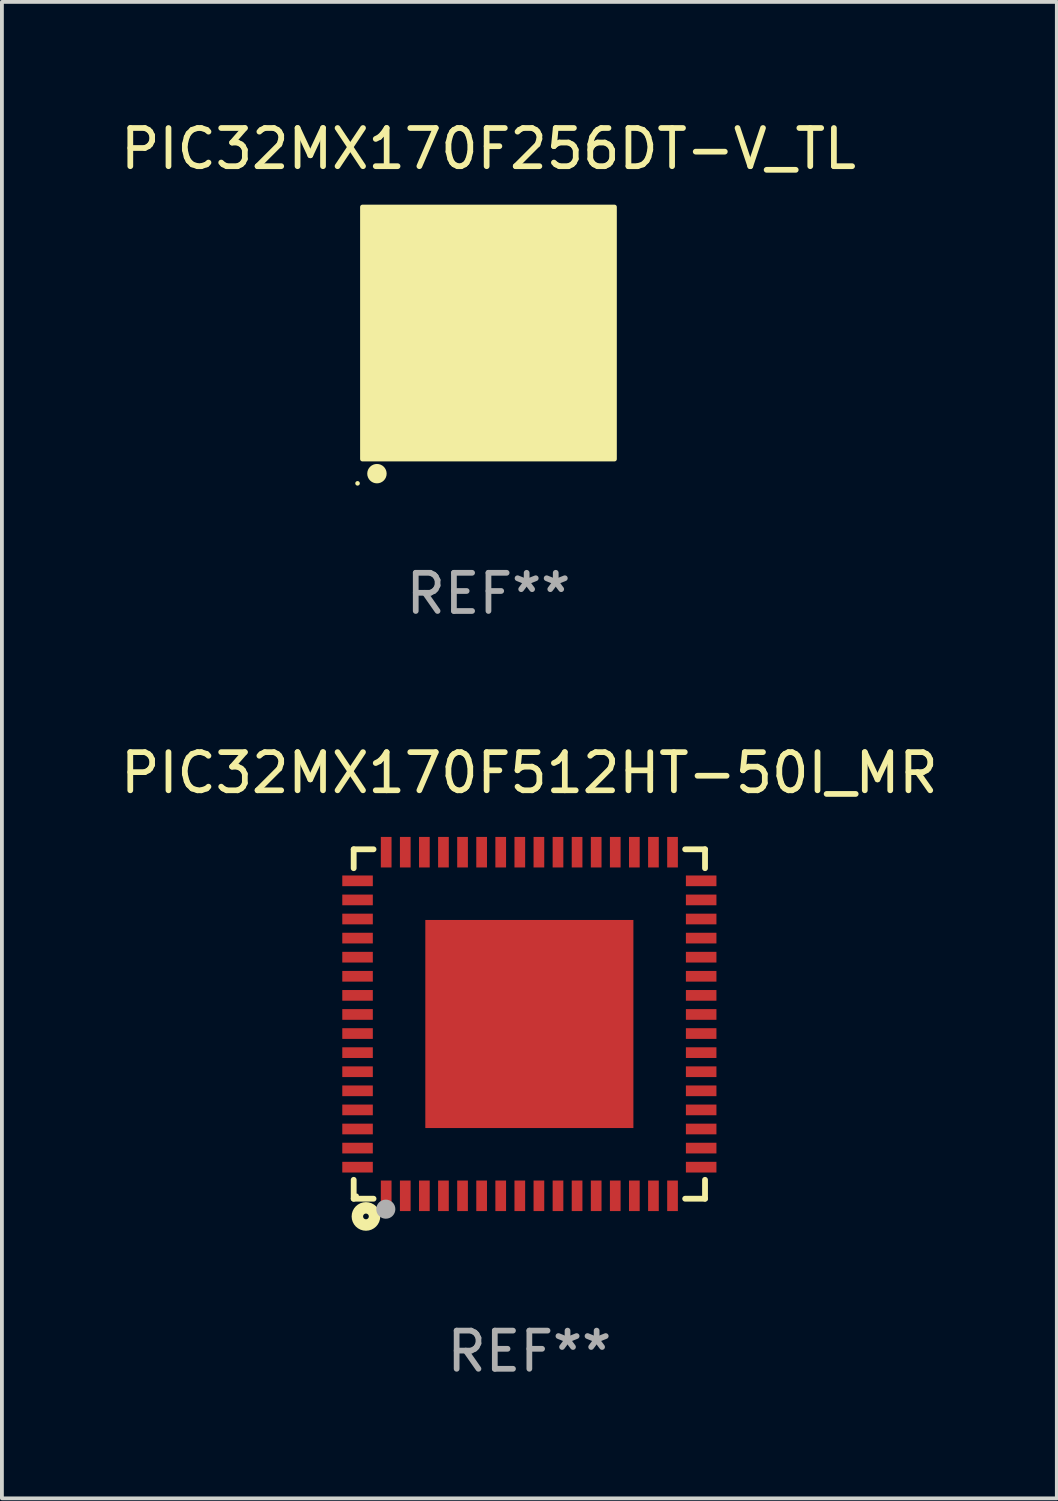
<source format=kicad_pcb>
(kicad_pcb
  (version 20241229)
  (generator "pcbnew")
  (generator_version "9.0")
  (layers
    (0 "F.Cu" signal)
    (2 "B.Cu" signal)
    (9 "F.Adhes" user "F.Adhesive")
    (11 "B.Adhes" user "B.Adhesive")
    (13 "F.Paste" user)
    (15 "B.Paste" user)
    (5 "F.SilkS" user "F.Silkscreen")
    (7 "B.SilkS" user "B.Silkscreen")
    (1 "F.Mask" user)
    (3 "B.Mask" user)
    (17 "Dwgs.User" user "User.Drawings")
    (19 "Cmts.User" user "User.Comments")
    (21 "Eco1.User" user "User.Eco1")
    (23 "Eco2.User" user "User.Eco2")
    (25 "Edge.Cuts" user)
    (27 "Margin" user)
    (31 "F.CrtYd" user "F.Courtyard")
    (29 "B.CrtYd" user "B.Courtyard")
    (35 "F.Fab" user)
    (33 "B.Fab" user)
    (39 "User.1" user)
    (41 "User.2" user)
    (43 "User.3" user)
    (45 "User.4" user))
  (footprint "PIC32MX170F256DT-V_TL"
    (layer "F.Cu")
    (at 9.744 5.673)
    (property "Reference" "PIC32MX170F256DT-V_TL" (at 0 -4.825 0) (layer "F.SilkS") (effects (font (size 1 1) (thickness 0.15))))
    (attr through_hole)
    (fp_circle (center -3.429 3.937) (end -3.399 3.937) (stroke (width 0.06) (type solid)) (fill no) (layer "F.SilkS"))
    (fp_circle (center -2.921 3.683) (end -2.794 3.683) (stroke (width 0.254) (type solid)) (fill no) (layer "F.SilkS"))
    (fp_poly (pts (xy -3.302 -3.302) (xy 3.302 -3.302) (xy 3.302 3.302) (xy -3.302 3.302)) (stroke (width 0.12) (type solid)) (fill yes) (layer "F.SilkS"))
    (fp_text user "REF**" (at 0 6.825 0) (layer "F.Fab") (effects (font (size 1 1) (thickness 0.15))))
    (pad "1" smd rect (at -2.25 2.825) (size 0.3 0.45) (layers "F.Cu" "F.Mask" "F.Paste"))
    (pad "2" smd rect (at -1.75 2.825) (size 0.3 0.45) (layers "F.Cu" "F.Mask" "F.Paste"))
    (pad "3" smd rect (at -1.25 2.825) (size 0.3 0.45) (layers "F.Cu" "F.Mask" "F.Paste"))
    (pad "4" smd rect (at -0.75 2.825) (size 0.3 0.45) (layers "F.Cu" "F.Mask" "F.Paste"))
    (pad "5" smd rect (at -0.25 2.825) (size 0.3 0.45) (layers "F.Cu" "F.Mask" "F.Paste"))
    (pad "6" smd rect (at 0.25 2.825) (size 0.3 0.45) (layers "F.Cu" "F.Mask" "F.Paste"))
    (pad "7" smd rect (at 0.75 2.825) (size 0.3 0.45) (layers "F.Cu" "F.Mask" "F.Paste"))
    (pad "8" smd rect (at 1.25 2.825) (size 0.3 0.45) (layers "F.Cu" "F.Mask" "F.Paste"))
    (pad "9" smd rect (at 1.75 2.825) (size 0.3 0.45) (layers "F.Cu" "F.Mask" "F.Paste"))
    (pad "10" smd rect (at 2.25 2.825) (size 0.3 0.45) (layers "F.Cu" "F.Mask" "F.Paste"))
    (pad "11" smd rect (at 2.825 2.825 90) (size 0.45 0.45) (layers "F.Cu" "F.Mask" "F.Paste"))
    (pad "12" smd rect (at 2.825 2.25 90) (size 0.3 0.45) (layers "F.Cu" "F.Mask" "F.Paste"))
    (pad "13" smd rect (at 2.825 1.75 90) (size 0.3 0.45) (layers "F.Cu" "F.Mask" "F.Paste"))
    (pad "14" smd rect (at 2.825 1.25 90) (size 0.3 0.45) (layers "F.Cu" "F.Mask" "F.Paste"))
    (pad "15" smd rect (at 2.825 0.75 90) (size 0.3 0.45) (layers "F.Cu" "F.Mask" "F.Paste"))
    (pad "16" smd rect (at 2.825 0.25 90) (size 0.3 0.45) (layers "F.Cu" "F.Mask" "F.Paste"))
    (pad "17" smd rect (at 2.825 -0.25 90) (size 0.3 0.45) (layers "F.Cu" "F.Mask" "F.Paste"))
    (pad "18" smd rect (at 2.825 -0.75 90) (size 0.3 0.45) (layers "F.Cu" "F.Mask" "F.Paste"))
    (pad "19" smd rect (at 2.825 -1.25 90) (size 0.3 0.45) (layers "F.Cu" "F.Mask" "F.Paste"))
    (pad "20" smd rect (at 2.825 -1.75 90) (size 0.3 0.45) (layers "F.Cu" "F.Mask" "F.Paste"))
    (pad "21" smd rect (at 2.825 -2.25 90) (size 0.3 0.45) (layers "F.Cu" "F.Mask" "F.Paste"))
    (pad "22" smd rect (at 2.825 -2.825 90) (size 0.45 0.45) (layers "F.Cu" "F.Mask" "F.Paste"))
    (pad "23" smd rect (at 2.25 -2.825) (size 0.3 0.45) (layers "F.Cu" "F.Mask" "F.Paste"))
    (pad "24" smd rect (at 1.75 -2.825) (size 0.3 0.45) (layers "F.Cu" "F.Mask" "F.Paste"))
    (pad "25" smd rect (at 1.25 -2.825) (size 0.3 0.45) (layers "F.Cu" "F.Mask" "F.Paste"))
    (pad "26" smd rect (at 0.75 -2.825) (size 0.3 0.45) (layers "F.Cu" "F.Mask" "F.Paste"))
    (pad "27" smd rect (at 0.25 -2.825) (size 0.3 0.45) (layers "F.Cu" "F.Mask" "F.Paste"))
    (pad "28" smd rect (at -0.25 -2.825) (size 0.3 0.45) (layers "F.Cu" "F.Mask" "F.Paste"))
    (pad "29" smd rect (at -0.75 -2.825) (size 0.3 0.45) (layers "F.Cu" "F.Mask" "F.Paste"))
    (pad "30" smd rect (at -1.25 -2.825) (size 0.3 0.45) (layers "F.Cu" "F.Mask" "F.Paste"))
    (pad "31" smd rect (at -1.75 -2.825) (size 0.3 0.45) (layers "F.Cu" "F.Mask" "F.Paste"))
    (pad "32" smd rect (at -2.25 -2.825) (size 0.3 0.45) (layers "F.Cu" "F.Mask" "F.Paste"))
    (pad "33" smd rect (at -2.825 -2.825 90) (size 0.45 0.45) (layers "F.Cu" "F.Mask" "F.Paste"))
    (pad "34" smd rect (at -2.825 -2.25 90) (size 0.3 0.45) (layers "F.Cu" "F.Mask" "F.Paste"))
    (pad "35" smd rect (at -2.825 -1.75 90) (size 0.3 0.45) (layers "F.Cu" "F.Mask" "F.Paste"))
    (pad "36" smd rect (at -2.825 -1.25 90) (size 0.3 0.45) (layers "F.Cu" "F.Mask" "F.Paste"))
    (pad "37" smd rect (at -2.825 -0.75 90) (size 0.3 0.45) (layers "F.Cu" "F.Mask" "F.Paste"))
    (pad "38" smd rect (at -2.825 -0.25 90) (size 0.3 0.45) (layers "F.Cu" "F.Mask" "F.Paste"))
    (pad "39" smd rect (at -2.825 0.25 90) (size 0.3 0.45) (layers "F.Cu" "F.Mask" "F.Paste"))
    (pad "40" smd rect (at -2.825 0.75 90) (size 0.3 0.45) (layers "F.Cu" "F.Mask" "F.Paste"))
    (pad "41" smd rect (at -2.825 1.25 90) (size 0.3 0.45) (layers "F.Cu" "F.Mask" "F.Paste"))
    (pad "42" smd rect (at -2.825 1.75 90) (size 0.3 0.45) (layers "F.Cu" "F.Mask" "F.Paste"))
    (pad "43" smd rect (at -2.825 2.25 90) (size 0.3 0.45) (layers "F.Cu" "F.Mask" "F.Paste"))
    (pad "44" smd rect (at -2.825 2.825 90) (size 0.45 0.45) (layers "F.Cu" "F.Mask" "F.Paste"))
    (pad "45" smd rect (at 0 0 90) (size 4.6 4.6) (layers "F.Cu" "F.Mask" "F.Paste")))
  (footprint "PIC32MX170F512HT-50I_MR"
    (layer "F.Cu")
    (at 10.815 23.771)
    (property "Reference" "PIC32MX170F512HT-50I_MR" (at 0 -6.576 0) (layer "F.SilkS") (effects (font (size 1 1) (thickness 0.15))))
    (attr through_hole)
    (fp_line (start -4.601 -4.576) (end -4.081 -4.576) (stroke (width 0.152) (type solid)) (layer "F.SilkS"))
    (fp_line (start -4.601 -4.081) (end -4.601 -4.576) (stroke (width 0.152) (type solid)) (layer "F.SilkS"))
    (fp_line (start -4.601 4.081) (end -4.601 4.576) (stroke (width 0.152) (type solid)) (layer "F.SilkS"))
    (fp_line (start -4.601 4.576) (end -4.081 4.576) (stroke (width 0.152) (type solid)) (layer "F.SilkS"))
    (fp_line (start 4.601 -4.576) (end 4.081 -4.576) (stroke (width 0.152) (type solid)) (layer "F.SilkS"))
    (fp_line (start 4.601 -4.081) (end 4.601 -4.576) (stroke (width 0.152) (type solid)) (layer "F.SilkS"))
    (fp_line (start 4.601 4.081) (end 4.601 4.576) (stroke (width 0.152) (type solid)) (layer "F.SilkS"))
    (fp_line (start 4.601 4.576) (end 4.081 4.576) (stroke (width 0.152) (type solid)) (layer "F.SilkS"))
    (fp_circle (center -4.525 4.5) (end -4.495 4.5) (stroke (width 0.06) (type solid)) (fill no) (layer "F.SilkS"))
    (fp_circle (center -4.28 5.04) (end -4.205 5.04) (stroke (width 0.3) (type solid)) (fill no) (layer "F.SilkS"))
    (fp_circle (center -3.76 4.85) (end -3.635 4.85) (stroke (width 0.25) (type solid)) (fill no) (layer "F.Fab"))
    (fp_text user "REF**" (at 0 8.576 0) (layer "F.Fab") (effects (font (size 1 1) (thickness 0.15))))
    (pad "1" smd rect (at -3.75 4.5) (size 0.28 0.8) (layers "F.Cu" "F.Mask" "F.Paste"))
    (pad "2" smd rect (at -3.25 4.5) (size 0.28 0.8) (layers "F.Cu" "F.Mask" "F.Paste"))
    (pad "3" smd rect (at -2.75 4.5) (size 0.28 0.8) (layers "F.Cu" "F.Mask" "F.Paste"))
    (pad "4" smd rect (at -2.25 4.5) (size 0.28 0.8) (layers "F.Cu" "F.Mask" "F.Paste"))
    (pad "5" smd rect (at -1.75 4.5) (size 0.28 0.8) (layers "F.Cu" "F.Mask" "F.Paste"))
    (pad "6" smd rect (at -1.25 4.5) (size 0.28 0.8) (layers "F.Cu" "F.Mask" "F.Paste"))
    (pad "7" smd rect (at -0.75 4.5) (size 0.28 0.8) (layers "F.Cu" "F.Mask" "F.Paste"))
    (pad "8" smd rect (at -0.25 4.5) (size 0.28 0.8) (layers "F.Cu" "F.Mask" "F.Paste"))
    (pad "9" smd rect (at 0.25 4.5) (size 0.28 0.8) (layers "F.Cu" "F.Mask" "F.Paste"))
    (pad "10" smd rect (at 0.75 4.5) (size 0.28 0.8) (layers "F.Cu" "F.Mask" "F.Paste"))
    (pad "11" smd rect (at 1.25 4.5) (size 0.28 0.8) (layers "F.Cu" "F.Mask" "F.Paste"))
    (pad "12" smd rect (at 1.75 4.5) (size 0.28 0.8) (layers "F.Cu" "F.Mask" "F.Paste"))
    (pad "13" smd rect (at 2.25 4.5) (size 0.28 0.8) (layers "F.Cu" "F.Mask" "F.Paste"))
    (pad "14" smd rect (at 2.75 4.5) (size 0.28 0.8) (layers "F.Cu" "F.Mask" "F.Paste"))
    (pad "15" smd rect (at 3.25 4.5) (size 0.28 0.8) (layers "F.Cu" "F.Mask" "F.Paste"))
    (pad "16" smd rect (at 3.75 4.5) (size 0.28 0.8) (layers "F.Cu" "F.Mask" "F.Paste"))
    (pad "17" smd rect (at 4.5 3.75) (size 0.8 0.28) (layers "F.Cu" "F.Mask" "F.Paste"))
    (pad "18" smd rect (at 4.5 3.25) (size 0.8 0.28) (layers "F.Cu" "F.Mask" "F.Paste"))
    (pad "19" smd rect (at 4.5 2.75) (size 0.8 0.28) (layers "F.Cu" "F.Mask" "F.Paste"))
    (pad "20" smd rect (at 4.5 2.25) (size 0.8 0.28) (layers "F.Cu" "F.Mask" "F.Paste"))
    (pad "21" smd rect (at 4.5 1.75) (size 0.8 0.28) (layers "F.Cu" "F.Mask" "F.Paste"))
    (pad "22" smd rect (at 4.5 1.25) (size 0.8 0.28) (layers "F.Cu" "F.Mask" "F.Paste"))
    (pad "23" smd rect (at 4.5 0.75) (size 0.8 0.28) (layers "F.Cu" "F.Mask" "F.Paste"))
    (pad "24" smd rect (at 4.5 0.25) (size 0.8 0.28) (layers "F.Cu" "F.Mask" "F.Paste"))
    (pad "25" smd rect (at 4.5 -0.25) (size 0.8 0.28) (layers "F.Cu" "F.Mask" "F.Paste"))
    (pad "26" smd rect (at 4.5 -0.75) (size 0.8 0.28) (layers "F.Cu" "F.Mask" "F.Paste"))
    (pad "27" smd rect (at 4.5 -1.25) (size 0.8 0.28) (layers "F.Cu" "F.Mask" "F.Paste"))
    (pad "28" smd rect (at 4.5 -1.75) (size 0.8 0.28) (layers "F.Cu" "F.Mask" "F.Paste"))
    (pad "29" smd rect (at 4.5 -2.25) (size 0.8 0.28) (layers "F.Cu" "F.Mask" "F.Paste"))
    (pad "30" smd rect (at 4.5 -2.75) (size 0.8 0.28) (layers "F.Cu" "F.Mask" "F.Paste"))
    (pad "31" smd rect (at 4.5 -3.25) (size 0.8 0.28) (layers "F.Cu" "F.Mask" "F.Paste"))
    (pad "32" smd rect (at 4.5 -3.75) (size 0.8 0.28) (layers "F.Cu" "F.Mask" "F.Paste"))
    (pad "33" smd rect (at 3.75 -4.5) (size 0.28 0.8) (layers "F.Cu" "F.Mask" "F.Paste"))
    (pad "34" smd rect (at 3.25 -4.5) (size 0.28 0.8) (layers "F.Cu" "F.Mask" "F.Paste"))
    (pad "35" smd rect (at 2.75 -4.5) (size 0.28 0.8) (layers "F.Cu" "F.Mask" "F.Paste"))
    (pad "36" smd rect (at 2.25 -4.5) (size 0.28 0.8) (layers "F.Cu" "F.Mask" "F.Paste"))
    (pad "37" smd rect (at 1.75 -4.5) (size 0.28 0.8) (layers "F.Cu" "F.Mask" "F.Paste"))
    (pad "38" smd rect (at 1.25 -4.5) (size 0.28 0.8) (layers "F.Cu" "F.Mask" "F.Paste"))
    (pad "39" smd rect (at 0.75 -4.5) (size 0.28 0.8) (layers "F.Cu" "F.Mask" "F.Paste"))
    (pad "40" smd rect (at 0.25 -4.5) (size 0.28 0.8) (layers "F.Cu" "F.Mask" "F.Paste"))
    (pad "41" smd rect (at -0.25 -4.5) (size 0.28 0.8) (layers "F.Cu" "F.Mask" "F.Paste"))
    (pad "42" smd rect (at -0.75 -4.5) (size 0.28 0.8) (layers "F.Cu" "F.Mask" "F.Paste"))
    (pad "43" smd rect (at -1.25 -4.5) (size 0.28 0.8) (layers "F.Cu" "F.Mask" "F.Paste"))
    (pad "44" smd rect (at -1.75 -4.5) (size 0.28 0.8) (layers "F.Cu" "F.Mask" "F.Paste"))
    (pad "45" smd rect (at -2.25 -4.5) (size 0.28 0.8) (layers "F.Cu" "F.Mask" "F.Paste"))
    (pad "46" smd rect (at -2.75 -4.5) (size 0.28 0.8) (layers "F.Cu" "F.Mask" "F.Paste"))
    (pad "47" smd rect (at -3.25 -4.5) (size 0.28 0.8) (layers "F.Cu" "F.Mask" "F.Paste"))
    (pad "48" smd rect (at -3.75 -4.5) (size 0.28 0.8) (layers "F.Cu" "F.Mask" "F.Paste"))
    (pad "49" smd rect (at -4.5 -3.75) (size 0.8 0.28) (layers "F.Cu" "F.Mask" "F.Paste"))
    (pad "50" smd rect (at -4.5 -3.25) (size 0.8 0.28) (layers "F.Cu" "F.Mask" "F.Paste"))
    (pad "51" smd rect (at -4.5 -2.75) (size 0.8 0.28) (layers "F.Cu" "F.Mask" "F.Paste"))
    (pad "52" smd rect (at -4.5 -2.25) (size 0.8 0.28) (layers "F.Cu" "F.Mask" "F.Paste"))
    (pad "53" smd rect (at -4.5 -1.75) (size 0.8 0.28) (layers "F.Cu" "F.Mask" "F.Paste"))
    (pad "54" smd rect (at -4.5 -1.25) (size 0.8 0.28) (layers "F.Cu" "F.Mask" "F.Paste"))
    (pad "55" smd rect (at -4.5 -0.75) (size 0.8 0.28) (layers "F.Cu" "F.Mask" "F.Paste"))
    (pad "56" smd rect (at -4.5 -0.25) (size 0.8 0.28) (layers "F.Cu" "F.Mask" "F.Paste"))
    (pad "57" smd rect (at -4.5 0.25) (size 0.8 0.28) (layers "F.Cu" "F.Mask" "F.Paste"))
    (pad "58" smd rect (at -4.5 0.75) (size 0.8 0.28) (layers "F.Cu" "F.Mask" "F.Paste"))
    (pad "59" smd rect (at -4.5 1.25) (size 0.8 0.28) (layers "F.Cu" "F.Mask" "F.Paste"))
    (pad "60" smd rect (at -4.5 1.75) (size 0.8 0.28) (layers "F.Cu" "F.Mask" "F.Paste"))
    (pad "61" smd rect (at -4.5 2.25) (size 0.8 0.28) (layers "F.Cu" "F.Mask" "F.Paste"))
    (pad "62" smd rect (at -4.5 2.75) (size 0.8 0.28) (layers "F.Cu" "F.Mask" "F.Paste"))
    (pad "63" smd rect (at -4.5 3.25) (size 0.8 0.28) (layers "F.Cu" "F.Mask" "F.Paste"))
    (pad "64" smd rect (at -4.5 3.75) (size 0.8 0.28) (layers "F.Cu" "F.Mask" "F.Paste"))
    (pad "65" smd rect (at 0 0) (size 5.45 5.45) (layers "F.Cu" "F.Mask" "F.Paste")))
  (gr_rect
    (start -3 -3)
    (end 24.631 36.195)
    (stroke (width 0.1) (type default))
    (fill no)
    (layer "Edge.Cuts")))
</source>
